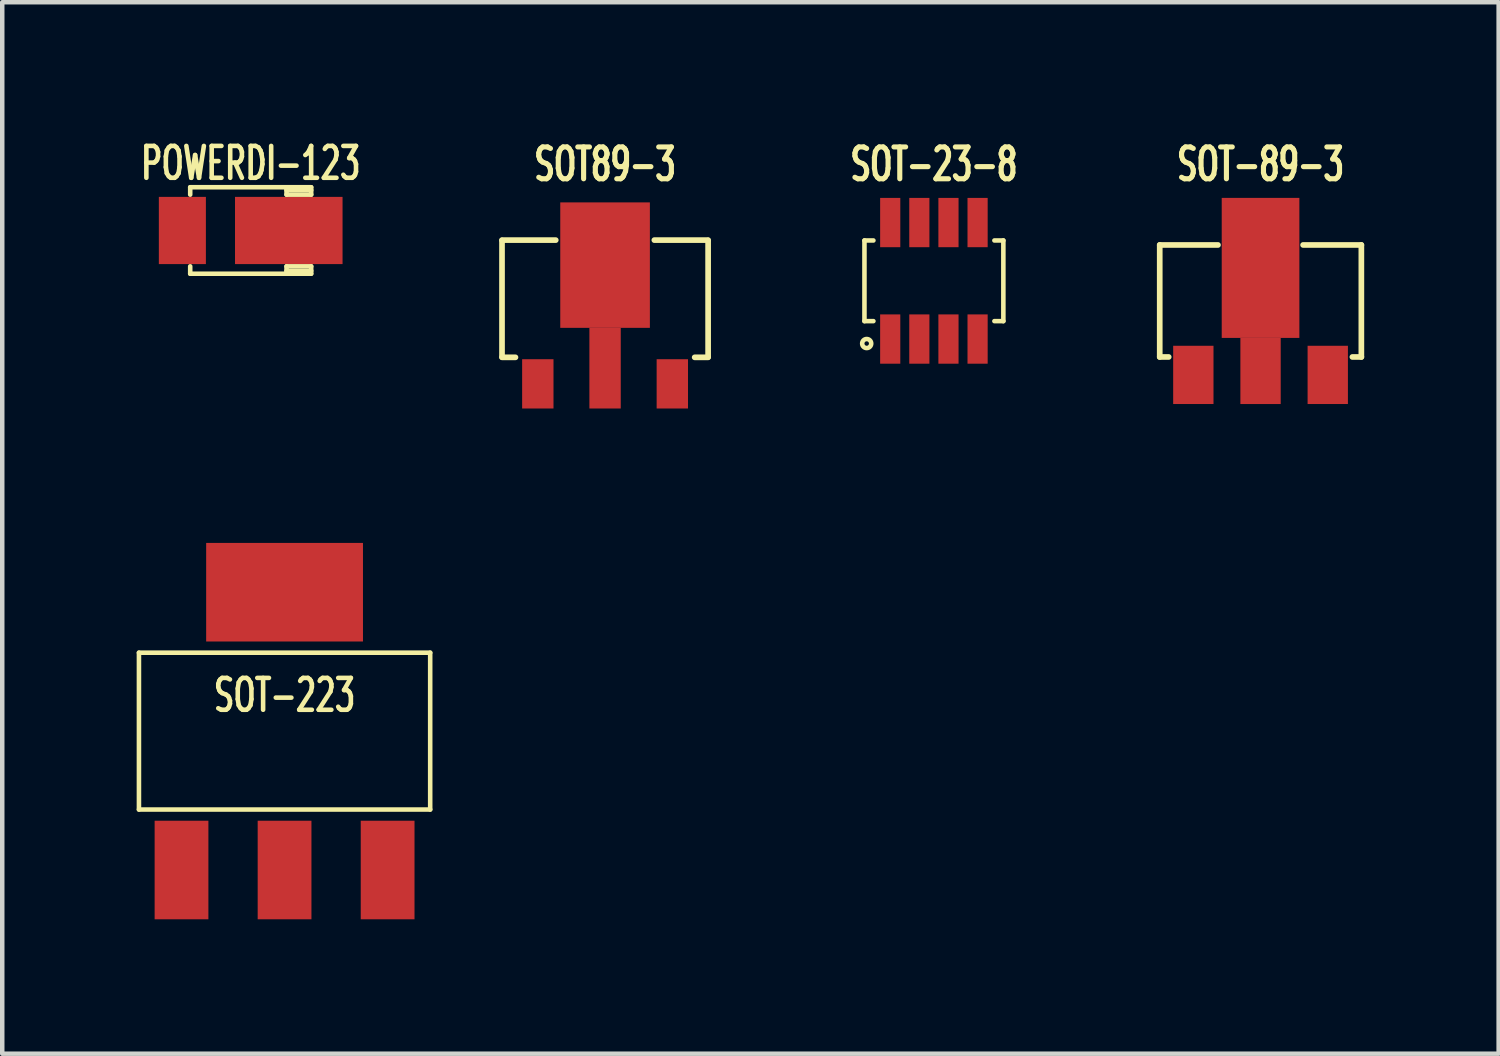
<source format=kicad_pcb>
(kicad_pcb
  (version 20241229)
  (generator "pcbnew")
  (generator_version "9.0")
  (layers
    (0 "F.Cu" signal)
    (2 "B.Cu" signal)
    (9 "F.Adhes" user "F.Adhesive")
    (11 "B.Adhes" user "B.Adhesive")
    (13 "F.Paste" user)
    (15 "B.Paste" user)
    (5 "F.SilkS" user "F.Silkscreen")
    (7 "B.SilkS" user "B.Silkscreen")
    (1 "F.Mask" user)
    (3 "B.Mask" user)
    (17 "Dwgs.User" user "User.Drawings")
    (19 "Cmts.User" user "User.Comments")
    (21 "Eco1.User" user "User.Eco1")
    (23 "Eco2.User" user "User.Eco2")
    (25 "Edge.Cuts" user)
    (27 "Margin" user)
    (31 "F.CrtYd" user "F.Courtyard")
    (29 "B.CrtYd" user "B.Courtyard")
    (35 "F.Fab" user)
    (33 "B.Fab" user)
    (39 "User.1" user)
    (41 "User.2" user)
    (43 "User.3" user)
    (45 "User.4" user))
  (footprint "POWERDI-123"
    (layer "F.Cu")
    (at 2.545 2.094)
    (property "Reference" "POWERDI-123" (at 0 -1.5 0) (layer "F.SilkS") (effects (font (size 0.711 0.457) (thickness 0.102))))
    (attr through_hole)
    (fp_line (start -1.35 -0.965) (end -1.35 -0.8) (stroke (width 0.102) (type solid)) (layer "F.SilkS"))
    (fp_line (start -1.35 -0.965) (end 1.35 -0.965) (stroke (width 0.102) (type solid)) (layer "F.SilkS"))
    (fp_line (start -1.35 0.965) (end -1.35 0.8) (stroke (width 0.102) (type solid)) (layer "F.SilkS"))
    (fp_line (start -1.35 0.965) (end 1.35 0.965) (stroke (width 0.102) (type solid)) (layer "F.SilkS"))
    (fp_line (start 0.8 -0.8) (end 0.8 -0.965) (stroke (width 0.102) (type solid)) (layer "F.SilkS"))
    (fp_line (start 0.8 0.8) (end 0.8 0.965) (stroke (width 0.102) (type solid)) (layer "F.SilkS"))
    (fp_line (start 1.35 -0.9) (end 0.8 -0.9) (stroke (width 0.102) (type solid)) (layer "F.SilkS"))
    (fp_line (start 1.35 -0.8) (end 0.8 -0.8) (stroke (width 0.102) (type solid)) (layer "F.SilkS"))
    (fp_line (start 1.35 -0.8) (end 1.35 -0.965) (stroke (width 0.102) (type solid)) (layer "F.SilkS"))
    (fp_line (start 1.35 0.8) (end 0.8 0.8) (stroke (width 0.102) (type solid)) (layer "F.SilkS"))
    (fp_line (start 1.35 0.8) (end 1.35 0.965) (stroke (width 0.102) (type solid)) (layer "F.SilkS"))
    (fp_line (start 1.35 0.9) (end 0.8 0.9) (stroke (width 0.102) (type solid)) (layer "F.SilkS"))
    (pad "1" smd rect (at -1.525 0) (size 1.05 1.5) (layers "F.Cu" "F.Mask" "F.Paste"))
    (pad "2" smd rect (at 0.85 0) (size 2.4 1.5) (layers "F.Cu" "F.Mask" "F.Paste")))
  (footprint "SOT-23-8"
    (layer "F.Cu")
    (at 17.793 3.217)
    (property "Reference" "SOT-23-8" (at 0 -2.6 0) (layer "F.SilkS") (effects (font (size 0.711 0.457) (thickness 0.114))))
    (attr through_hole)
    (fp_line (start -1.55 0.9) (end -1.55 -0.9) (stroke (width 0.102) (type solid)) (layer "F.SilkS"))
    (fp_line (start -1.35 -0.9) (end -1.55 -0.9) (stroke (width 0.102) (type solid)) (layer "F.SilkS"))
    (fp_line (start -1.35 0.9) (end -1.55 0.9) (stroke (width 0.102) (type solid)) (layer "F.SilkS"))
    (fp_line (start 1.55 -0.9) (end 1.35 -0.9) (stroke (width 0.102) (type solid)) (layer "F.SilkS"))
    (fp_line (start 1.55 -0.9) (end 1.55 0.9) (stroke (width 0.102) (type solid)) (layer "F.SilkS"))
    (fp_line (start 1.55 0.9) (end 1.35 0.9) (stroke (width 0.102) (type solid)) (layer "F.SilkS"))
    (fp_circle (center -1.5 1.4) (end -1.5 1.45) (stroke (width 0.102) (type solid)) (fill no) (layer "F.SilkS"))
    (pad "1" smd rect (at -0.975 1.3) (size 0.45 1.1) (layers "F.Cu" "F.Mask" "F.Paste"))
    (pad "2" smd rect (at -0.325 1.3) (size 0.45 1.1) (layers "F.Cu" "F.Mask" "F.Paste"))
    (pad "3" smd rect (at 0.325 1.3) (size 0.45 1.1) (layers "F.Cu" "F.Mask" "F.Paste"))
    (pad "4" smd rect (at 0.975 1.3) (size 0.45 1.1) (layers "F.Cu" "F.Mask" "F.Paste"))
    (pad "5" smd rect (at 0.975 -1.3) (size 0.45 1.1) (layers "F.Cu" "F.Mask" "F.Paste"))
    (pad "6" smd rect (at 0.325 -1.3) (size 0.45 1.1) (layers "F.Cu" "F.Mask" "F.Paste"))
    (pad "7" smd rect (at -0.325 -1.3) (size 0.45 1.1) (layers "F.Cu" "F.Mask" "F.Paste"))
    (pad "8" smd rect (at -0.975 -1.3) (size 0.45 1.1) (layers "F.Cu" "F.Mask" "F.Paste")))
  (footprint "SOT-223"
    (layer "F.Cu")
    (at 3.301 13.267)
    (property "Reference" "SOT-223" (at 0 -0.8 0) (layer "F.SilkS") (effects (font (size 0.711 0.457) (thickness 0.102))))
    (attr through_hole)
    (fp_line (start -3.25 -1.75) (end -3.25 1.75) (stroke (width 0.102) (type solid)) (layer "F.SilkS"))
    (fp_line (start 3.25 -1.75) (end -3.25 -1.75) (stroke (width 0.102) (type solid)) (layer "F.SilkS"))
    (fp_line (start 3.25 -1.75) (end 3.25 1.75) (stroke (width 0.102) (type solid)) (layer "F.SilkS"))
    (fp_line (start 3.25 1.75) (end -3.25 1.75) (stroke (width 0.102) (type solid)) (layer "F.SilkS"))
    (pad "1" smd rect (at -2.3 3.1) (size 1.2 2.2) (layers "F.Cu" "F.Mask" "F.Paste"))
    (pad "2" smd rect (at 0 -3.1) (size 3.5 2.2) (layers "F.Cu" "F.Mask" "F.Paste"))
    (pad "2" smd rect (at 0 3.1) (size 1.2 2.2) (layers "F.Cu" "F.Mask" "F.Paste"))
    (pad "3" smd rect (at 2.3 3.1) (size 1.2 2.2) (layers "F.Cu" "F.Mask" "F.Paste")))
  (footprint "SOT89-3"
    (layer "F.Cu")
    (at 10.454 5.517)
    (property "Reference" "SOT89-3" (at 0 -4.9 0) (layer "F.SilkS") (effects (font (size 0.711 0.457) (thickness 0.114))))
    (attr through_hole)
    (fp_line (start -2.3 -3.208) (end -1.101 -3.208) (stroke (width 0.127) (type solid)) (layer "F.SilkS"))
    (fp_line (start -2.3 -0.6) (end -2.3 -3.2) (stroke (width 0.127) (type solid)) (layer "F.SilkS"))
    (fp_line (start -2 -0.592) (end -2.3 -0.592) (stroke (width 0.127) (type solid)) (layer "F.SilkS"))
    (fp_line (start 1.1 -3.208) (end 2.299 -3.208) (stroke (width 0.127) (type solid)) (layer "F.SilkS"))
    (fp_line (start 2.3 -3.2) (end 2.3 -0.6) (stroke (width 0.127) (type solid)) (layer "F.SilkS"))
    (fp_line (start 2.3 -0.592) (end 2 -0.592) (stroke (width 0.127) (type solid)) (layer "F.SilkS"))
    (pad "1" smd rect (at 1.501 0) (size 0.7 1.1) (layers "F.Cu" "F.Mask" "F.Paste"))
    (pad "2" smd rect (at 0 -2.65) (size 2 2.8) (layers "F.Cu" "F.Mask" "F.Paste"))
    (pad "2" smd rect (at 0 -0.35) (size 0.7 1.8) (layers "F.Cu" "F.Mask" "F.Paste"))
    (pad "3" smd rect (at -1.501 0) (size 0.7 1.1) (layers "F.Cu" "F.Mask" "F.Paste")))
  (footprint "SOT-89-3"
    (layer "F.Cu")
    (at 25.083 5.317)
    (property "Reference" "SOT-89-3" (at 0 -4.7 0) (layer "F.SilkS") (effects (font (size 0.711 0.457) (thickness 0.114))))
    (attr through_hole)
    (fp_line (start -2.25 -2.9) (end -0.95 -2.9) (stroke (width 0.127) (type solid)) (layer "F.SilkS"))
    (fp_line (start -2.25 -0.4) (end -2.25 -2.9) (stroke (width 0.127) (type solid)) (layer "F.SilkS"))
    (fp_line (start -2.05 -0.4) (end -2.25 -0.4) (stroke (width 0.127) (type solid)) (layer "F.SilkS"))
    (fp_line (start 0.95 -2.9) (end 2.25 -2.9) (stroke (width 0.127) (type solid)) (layer "F.SilkS"))
    (fp_line (start 2.25 -2.9) (end 2.25 -0.4) (stroke (width 0.127) (type solid)) (layer "F.SilkS"))
    (fp_line (start 2.25 -0.4) (end 2.05 -0.4) (stroke (width 0.127) (type solid)) (layer "F.SilkS"))
    (pad "1" smd rect (at -1.5 0) (size 0.9 1.3) (layers "F.Cu" "F.Mask" "F.Paste"))
    (pad "2" smd rect (at 0 -2.388) (size 1.733 3.125) (layers "F.Cu" "F.Mask" "F.Paste"))
    (pad "2" smd rect (at 0 -0.087) (size 0.9 1.475) (layers "F.Cu" "F.Mask" "F.Paste"))
    (pad "3" smd rect (at 1.5 0) (size 0.9 1.3) (layers "F.Cu" "F.Mask" "F.Paste")))
  (gr_rect
    (start -3 -3)
    (end 30.397 20.467)
    (stroke (width 0.1) (type default))
    (fill no)
    (layer "Edge.Cuts")))
</source>
